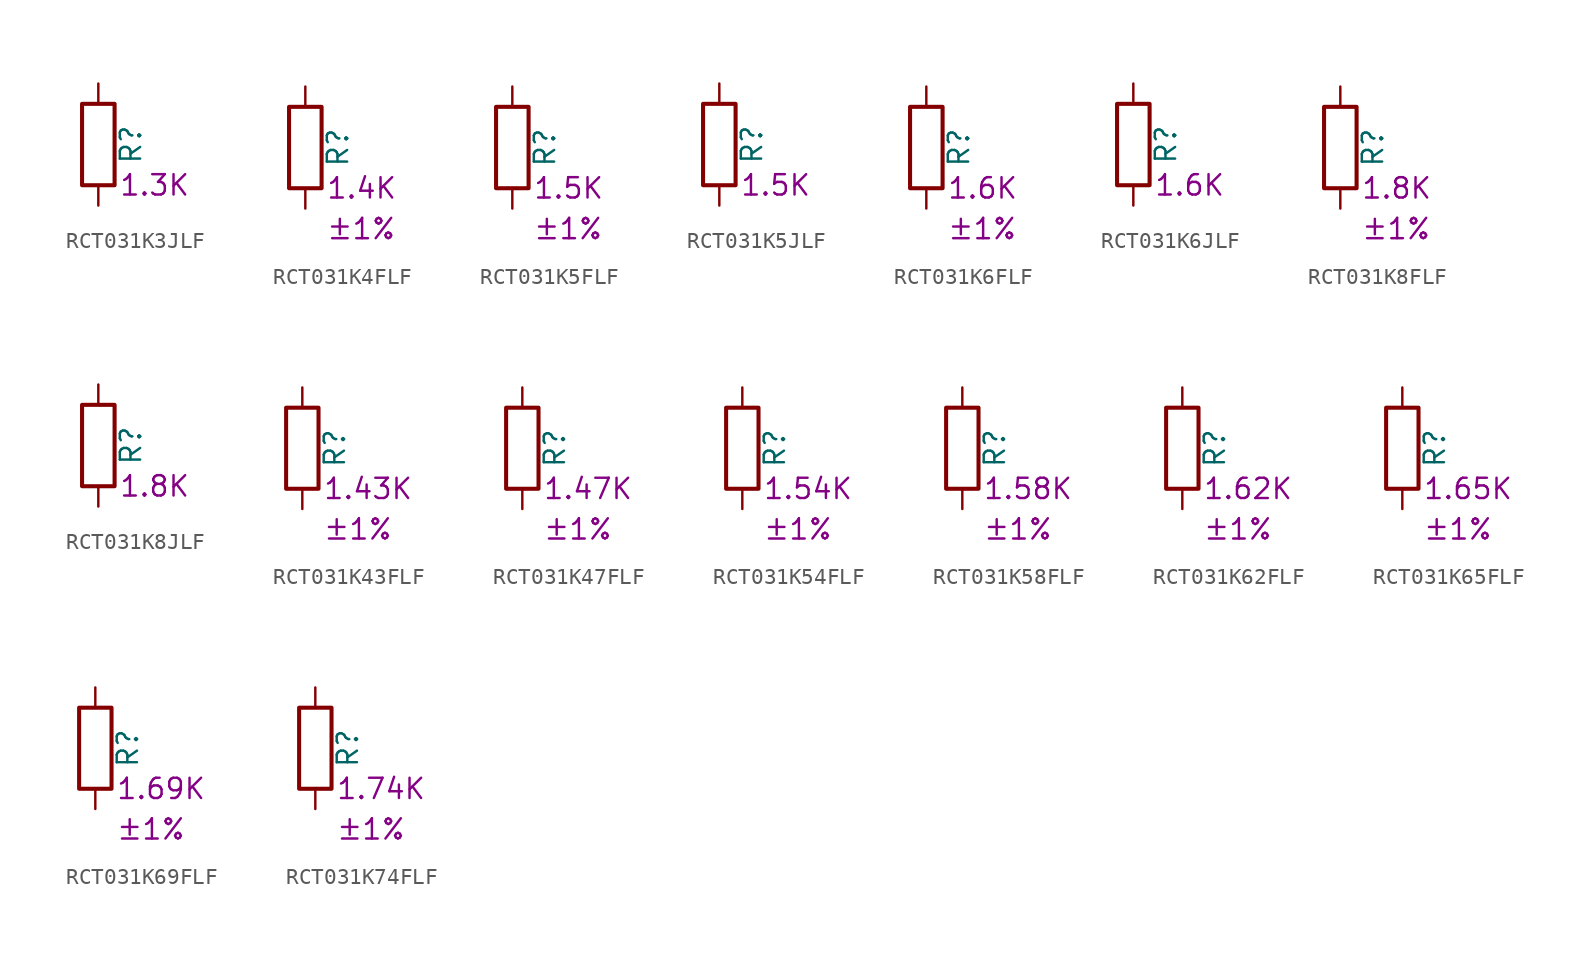
<source format=kicad_sym>
(kicad_symbol_lib
  (version 20220914)
  (generator kicad_symbol_editor)
  (symbol "RCT031K3JLF"
    (pin_numbers hide)
    (pin_names
      (offset 0))
    (property "Reference" "R"
      (at 2.032 0 90)
      (effects (font (size 1.27 1.27))))
    (property "Resistance" "1.3K"
      (at 1.27 -2.54 0)
      (effects (font (size 1.27 1.27)) (justify left)))
    (symbol "RCT031K3JLF_0_1"
      (rectangle (start -1.016 -2.54) (end 1.016 2.54) (stroke (width 0.254) (type default)) (fill (type none))))
    (symbol "RCT031K3JLF_1_1"
      (pin passive line (at 0 3.81 270) (length 1.27) (name "~" (effects (font (size 1.27 1.27)))) (number "1" (effects (font (size 1.27 1.27)))))
      (pin passive line (at 0 -3.81 90) (length 1.27) (name "~" (effects (font (size 1.27 1.27)))) (number "2" (effects (font (size 1.27 1.27)))))))
  (symbol "RCT031K4FLF"
    (pin_numbers hide)
    (pin_names
      (offset 0))
    (property "Reference" "R"
      (at 2.032 0 90)
      (effects (font (size 1.27 1.27))))
    (property "Resistance" "1.4K"
      (at 1.27 -2.54 0)
      (effects (font (size 1.27 1.27)) (justify left)))
    (property "Tolerance" "±1%"
      (at 1.27 -5.08 0)
      (effects (font (size 1.27 1.27)) (justify left)))
    (symbol "RCT031K4FLF_0_1"
      (rectangle (start -1.016 -2.54) (end 1.016 2.54) (stroke (width 0.254) (type default)) (fill (type none))))
    (symbol "RCT031K4FLF_1_1"
      (pin passive line (at 0 3.81 270) (length 1.27) (name "~" (effects (font (size 1.27 1.27)))) (number "1" (effects (font (size 1.27 1.27)))))
      (pin passive line (at 0 -3.81 90) (length 1.27) (name "~" (effects (font (size 1.27 1.27)))) (number "2" (effects (font (size 1.27 1.27)))))))
  (symbol "RCT031K5FLF"
    (pin_numbers hide)
    (pin_names
      (offset 0))
    (property "Reference" "R"
      (at 2.032 0 90)
      (effects (font (size 1.27 1.27))))
    (property "Resistance" "1.5K"
      (at 1.27 -2.54 0)
      (effects (font (size 1.27 1.27)) (justify left)))
    (property "Tolerance" "±1%"
      (at 1.27 -5.08 0)
      (effects (font (size 1.27 1.27)) (justify left)))
    (symbol "RCT031K5FLF_0_1"
      (rectangle (start -1.016 -2.54) (end 1.016 2.54) (stroke (width 0.254) (type default)) (fill (type none))))
    (symbol "RCT031K5FLF_1_1"
      (pin passive line (at 0 3.81 270) (length 1.27) (name "~" (effects (font (size 1.27 1.27)))) (number "1" (effects (font (size 1.27 1.27)))))
      (pin passive line (at 0 -3.81 90) (length 1.27) (name "~" (effects (font (size 1.27 1.27)))) (number "2" (effects (font (size 1.27 1.27)))))))
  (symbol "RCT031K5JLF"
    (pin_numbers hide)
    (pin_names
      (offset 0))
    (property "Reference" "R"
      (at 2.032 0 90)
      (effects (font (size 1.27 1.27))))
    (property "Resistance" "1.5K"
      (at 1.27 -2.54 0)
      (effects (font (size 1.27 1.27)) (justify left)))
    (symbol "RCT031K5JLF_0_1"
      (rectangle (start -1.016 -2.54) (end 1.016 2.54) (stroke (width 0.254) (type default)) (fill (type none))))
    (symbol "RCT031K5JLF_1_1"
      (pin passive line (at 0 3.81 270) (length 1.27) (name "~" (effects (font (size 1.27 1.27)))) (number "1" (effects (font (size 1.27 1.27)))))
      (pin passive line (at 0 -3.81 90) (length 1.27) (name "~" (effects (font (size 1.27 1.27)))) (number "2" (effects (font (size 1.27 1.27)))))))
  (symbol "RCT031K6FLF"
    (pin_numbers hide)
    (pin_names
      (offset 0))
    (property "Reference" "R"
      (at 2.032 0 90)
      (effects (font (size 1.27 1.27))))
    (property "Resistance" "1.6K"
      (at 1.27 -2.54 0)
      (effects (font (size 1.27 1.27)) (justify left)))
    (property "Tolerance" "±1%"
      (at 1.27 -5.08 0)
      (effects (font (size 1.27 1.27)) (justify left)))
    (symbol "RCT031K6FLF_0_1"
      (rectangle (start -1.016 -2.54) (end 1.016 2.54) (stroke (width 0.254) (type default)) (fill (type none))))
    (symbol "RCT031K6FLF_1_1"
      (pin passive line (at 0 3.81 270) (length 1.27) (name "~" (effects (font (size 1.27 1.27)))) (number "1" (effects (font (size 1.27 1.27)))))
      (pin passive line (at 0 -3.81 90) (length 1.27) (name "~" (effects (font (size 1.27 1.27)))) (number "2" (effects (font (size 1.27 1.27)))))))
  (symbol "RCT031K6JLF"
    (pin_numbers hide)
    (pin_names
      (offset 0))
    (property "Reference" "R"
      (at 2.032 0 90)
      (effects (font (size 1.27 1.27))))
    (property "Resistance" "1.6K"
      (at 1.27 -2.54 0)
      (effects (font (size 1.27 1.27)) (justify left)))
    (symbol "RCT031K6JLF_0_1"
      (rectangle (start -1.016 -2.54) (end 1.016 2.54) (stroke (width 0.254) (type default)) (fill (type none))))
    (symbol "RCT031K6JLF_1_1"
      (pin passive line (at 0 3.81 270) (length 1.27) (name "~" (effects (font (size 1.27 1.27)))) (number "1" (effects (font (size 1.27 1.27)))))
      (pin passive line (at 0 -3.81 90) (length 1.27) (name "~" (effects (font (size 1.27 1.27)))) (number "2" (effects (font (size 1.27 1.27)))))))
  (symbol "RCT031K8FLF"
    (pin_numbers hide)
    (pin_names
      (offset 0))
    (property "Reference" "R"
      (at 2.032 0 90)
      (effects (font (size 1.27 1.27))))
    (property "Resistance" "1.8K"
      (at 1.27 -2.54 0)
      (effects (font (size 1.27 1.27)) (justify left)))
    (property "Tolerance" "±1%"
      (at 1.27 -5.08 0)
      (effects (font (size 1.27 1.27)) (justify left)))
    (symbol "RCT031K8FLF_0_1"
      (rectangle (start -1.016 -2.54) (end 1.016 2.54) (stroke (width 0.254) (type default)) (fill (type none))))
    (symbol "RCT031K8FLF_1_1"
      (pin passive line (at 0 3.81 270) (length 1.27) (name "~" (effects (font (size 1.27 1.27)))) (number "1" (effects (font (size 1.27 1.27)))))
      (pin passive line (at 0 -3.81 90) (length 1.27) (name "~" (effects (font (size 1.27 1.27)))) (number "2" (effects (font (size 1.27 1.27)))))))
  (symbol "RCT031K8JLF"
    (pin_numbers hide)
    (pin_names
      (offset 0))
    (property "Reference" "R"
      (at 2.032 0 90)
      (effects (font (size 1.27 1.27))))
    (property "Resistance" "1.8K"
      (at 1.27 -2.54 0)
      (effects (font (size 1.27 1.27)) (justify left)))
    (symbol "RCT031K8JLF_0_1"
      (rectangle (start -1.016 -2.54) (end 1.016 2.54) (stroke (width 0.254) (type default)) (fill (type none))))
    (symbol "RCT031K8JLF_1_1"
      (pin passive line (at 0 3.81 270) (length 1.27) (name "~" (effects (font (size 1.27 1.27)))) (number "1" (effects (font (size 1.27 1.27)))))
      (pin passive line (at 0 -3.81 90) (length 1.27) (name "~" (effects (font (size 1.27 1.27)))) (number "2" (effects (font (size 1.27 1.27)))))))
  (symbol "RCT031K43FLF"
    (pin_numbers hide)
    (pin_names
      (offset 0))
    (property "Reference" "R"
      (at 2.032 0 90)
      (effects (font (size 1.27 1.27))))
    (property "Resistance" "1.43K"
      (at 1.27 -2.54 0)
      (effects (font (size 1.27 1.27)) (justify left)))
    (property "Tolerance" "±1%"
      (at 1.27 -5.08 0)
      (effects (font (size 1.27 1.27)) (justify left)))
    (symbol "RCT031K43FLF_0_1"
      (rectangle (start -1.016 -2.54) (end 1.016 2.54) (stroke (width 0.254) (type default)) (fill (type none))))
    (symbol "RCT031K43FLF_1_1"
      (pin passive line (at 0 3.81 270) (length 1.27) (name "~" (effects (font (size 1.27 1.27)))) (number "1" (effects (font (size 1.27 1.27)))))
      (pin passive line (at 0 -3.81 90) (length 1.27) (name "~" (effects (font (size 1.27 1.27)))) (number "2" (effects (font (size 1.27 1.27)))))))
  (symbol "RCT031K47FLF"
    (pin_numbers hide)
    (pin_names
      (offset 0))
    (property "Reference" "R"
      (at 2.032 0 90)
      (effects (font (size 1.27 1.27))))
    (property "Resistance" "1.47K"
      (at 1.27 -2.54 0)
      (effects (font (size 1.27 1.27)) (justify left)))
    (property "Tolerance" "±1%"
      (at 1.27 -5.08 0)
      (effects (font (size 1.27 1.27)) (justify left)))
    (symbol "RCT031K47FLF_0_1"
      (rectangle (start -1.016 -2.54) (end 1.016 2.54) (stroke (width 0.254) (type default)) (fill (type none))))
    (symbol "RCT031K47FLF_1_1"
      (pin passive line (at 0 3.81 270) (length 1.27) (name "~" (effects (font (size 1.27 1.27)))) (number "1" (effects (font (size 1.27 1.27)))))
      (pin passive line (at 0 -3.81 90) (length 1.27) (name "~" (effects (font (size 1.27 1.27)))) (number "2" (effects (font (size 1.27 1.27)))))))
  (symbol "RCT031K54FLF"
    (pin_numbers hide)
    (pin_names
      (offset 0))
    (property "Reference" "R"
      (at 2.032 0 90)
      (effects (font (size 1.27 1.27))))
    (property "Resistance" "1.54K"
      (at 1.27 -2.54 0)
      (effects (font (size 1.27 1.27)) (justify left)))
    (property "Tolerance" "±1%"
      (at 1.27 -5.08 0)
      (effects (font (size 1.27 1.27)) (justify left)))
    (symbol "RCT031K54FLF_0_1"
      (rectangle (start -1.016 -2.54) (end 1.016 2.54) (stroke (width 0.254) (type default)) (fill (type none))))
    (symbol "RCT031K54FLF_1_1"
      (pin passive line (at 0 3.81 270) (length 1.27) (name "~" (effects (font (size 1.27 1.27)))) (number "1" (effects (font (size 1.27 1.27)))))
      (pin passive line (at 0 -3.81 90) (length 1.27) (name "~" (effects (font (size 1.27 1.27)))) (number "2" (effects (font (size 1.27 1.27)))))))
  (symbol "RCT031K58FLF"
    (pin_numbers hide)
    (pin_names
      (offset 0))
    (property "Reference" "R"
      (at 2.032 0 90)
      (effects (font (size 1.27 1.27))))
    (property "Resistance" "1.58K"
      (at 1.27 -2.54 0)
      (effects (font (size 1.27 1.27)) (justify left)))
    (property "Tolerance" "±1%"
      (at 1.27 -5.08 0)
      (effects (font (size 1.27 1.27)) (justify left)))
    (symbol "RCT031K58FLF_0_1"
      (rectangle (start -1.016 -2.54) (end 1.016 2.54) (stroke (width 0.254) (type default)) (fill (type none))))
    (symbol "RCT031K58FLF_1_1"
      (pin passive line (at 0 3.81 270) (length 1.27) (name "~" (effects (font (size 1.27 1.27)))) (number "1" (effects (font (size 1.27 1.27)))))
      (pin passive line (at 0 -3.81 90) (length 1.27) (name "~" (effects (font (size 1.27 1.27)))) (number "2" (effects (font (size 1.27 1.27)))))))
  (symbol "RCT031K62FLF"
    (pin_numbers hide)
    (pin_names
      (offset 0))
    (property "Reference" "R"
      (at 2.032 0 90)
      (effects (font (size 1.27 1.27))))
    (property "Resistance" "1.62K"
      (at 1.27 -2.54 0)
      (effects (font (size 1.27 1.27)) (justify left)))
    (property "Tolerance" "±1%"
      (at 1.27 -5.08 0)
      (effects (font (size 1.27 1.27)) (justify left)))
    (symbol "RCT031K62FLF_0_1"
      (rectangle (start -1.016 -2.54) (end 1.016 2.54) (stroke (width 0.254) (type default)) (fill (type none))))
    (symbol "RCT031K62FLF_1_1"
      (pin passive line (at 0 3.81 270) (length 1.27) (name "~" (effects (font (size 1.27 1.27)))) (number "1" (effects (font (size 1.27 1.27)))))
      (pin passive line (at 0 -3.81 90) (length 1.27) (name "~" (effects (font (size 1.27 1.27)))) (number "2" (effects (font (size 1.27 1.27)))))))
  (symbol "RCT031K65FLF"
    (pin_numbers hide)
    (pin_names
      (offset 0))
    (property "Reference" "R"
      (at 2.032 0 90)
      (effects (font (size 1.27 1.27))))
    (property "Resistance" "1.65K"
      (at 1.27 -2.54 0)
      (effects (font (size 1.27 1.27)) (justify left)))
    (property "Tolerance" "±1%"
      (at 1.27 -5.08 0)
      (effects (font (size 1.27 1.27)) (justify left)))
    (symbol "RCT031K65FLF_0_1"
      (rectangle (start -1.016 -2.54) (end 1.016 2.54) (stroke (width 0.254) (type default)) (fill (type none))))
    (symbol "RCT031K65FLF_1_1"
      (pin passive line (at 0 3.81 270) (length 1.27) (name "~" (effects (font (size 1.27 1.27)))) (number "1" (effects (font (size 1.27 1.27)))))
      (pin passive line (at 0 -3.81 90) (length 1.27) (name "~" (effects (font (size 1.27 1.27)))) (number "2" (effects (font (size 1.27 1.27)))))))
  (symbol "RCT031K69FLF"
    (pin_numbers hide)
    (pin_names
      (offset 0))
    (property "Reference" "R"
      (at 2.032 0 90)
      (effects (font (size 1.27 1.27))))
    (property "Resistance" "1.69K"
      (at 1.27 -2.54 0)
      (effects (font (size 1.27 1.27)) (justify left)))
    (property "Tolerance" "±1%"
      (at 1.27 -5.08 0)
      (effects (font (size 1.27 1.27)) (justify left)))
    (symbol "RCT031K69FLF_0_1"
      (rectangle (start -1.016 -2.54) (end 1.016 2.54) (stroke (width 0.254) (type default)) (fill (type none))))
    (symbol "RCT031K69FLF_1_1"
      (pin passive line (at 0 3.81 270) (length 1.27) (name "~" (effects (font (size 1.27 1.27)))) (number "1" (effects (font (size 1.27 1.27)))))
      (pin passive line (at 0 -3.81 90) (length 1.27) (name "~" (effects (font (size 1.27 1.27)))) (number "2" (effects (font (size 1.27 1.27)))))))
  (symbol "RCT031K74FLF"
    (pin_numbers hide)
    (pin_names
      (offset 0))
    (property "Reference" "R"
      (at 2.032 0 90)
      (effects (font (size 1.27 1.27))))
    (property "Resistance" "1.74K"
      (at 1.27 -2.54 0)
      (effects (font (size 1.27 1.27)) (justify left)))
    (property "Tolerance" "±1%"
      (at 1.27 -5.08 0)
      (effects (font (size 1.27 1.27)) (justify left)))
    (symbol "RCT031K74FLF_0_1"
      (rectangle (start -1.016 -2.54) (end 1.016 2.54) (stroke (width 0.254) (type default)) (fill (type none))))
    (symbol "RCT031K74FLF_1_1"
      (pin passive line (at 0 3.81 270) (length 1.27) (name "~" (effects (font (size 1.27 1.27)))) (number "1" (effects (font (size 1.27 1.27)))))
      (pin passive line (at 0 -3.81 90) (length 1.27) (name "~" (effects (font (size 1.27 1.27)))) (number "2" (effects (font (size 1.27 1.27))))))))
</source>
